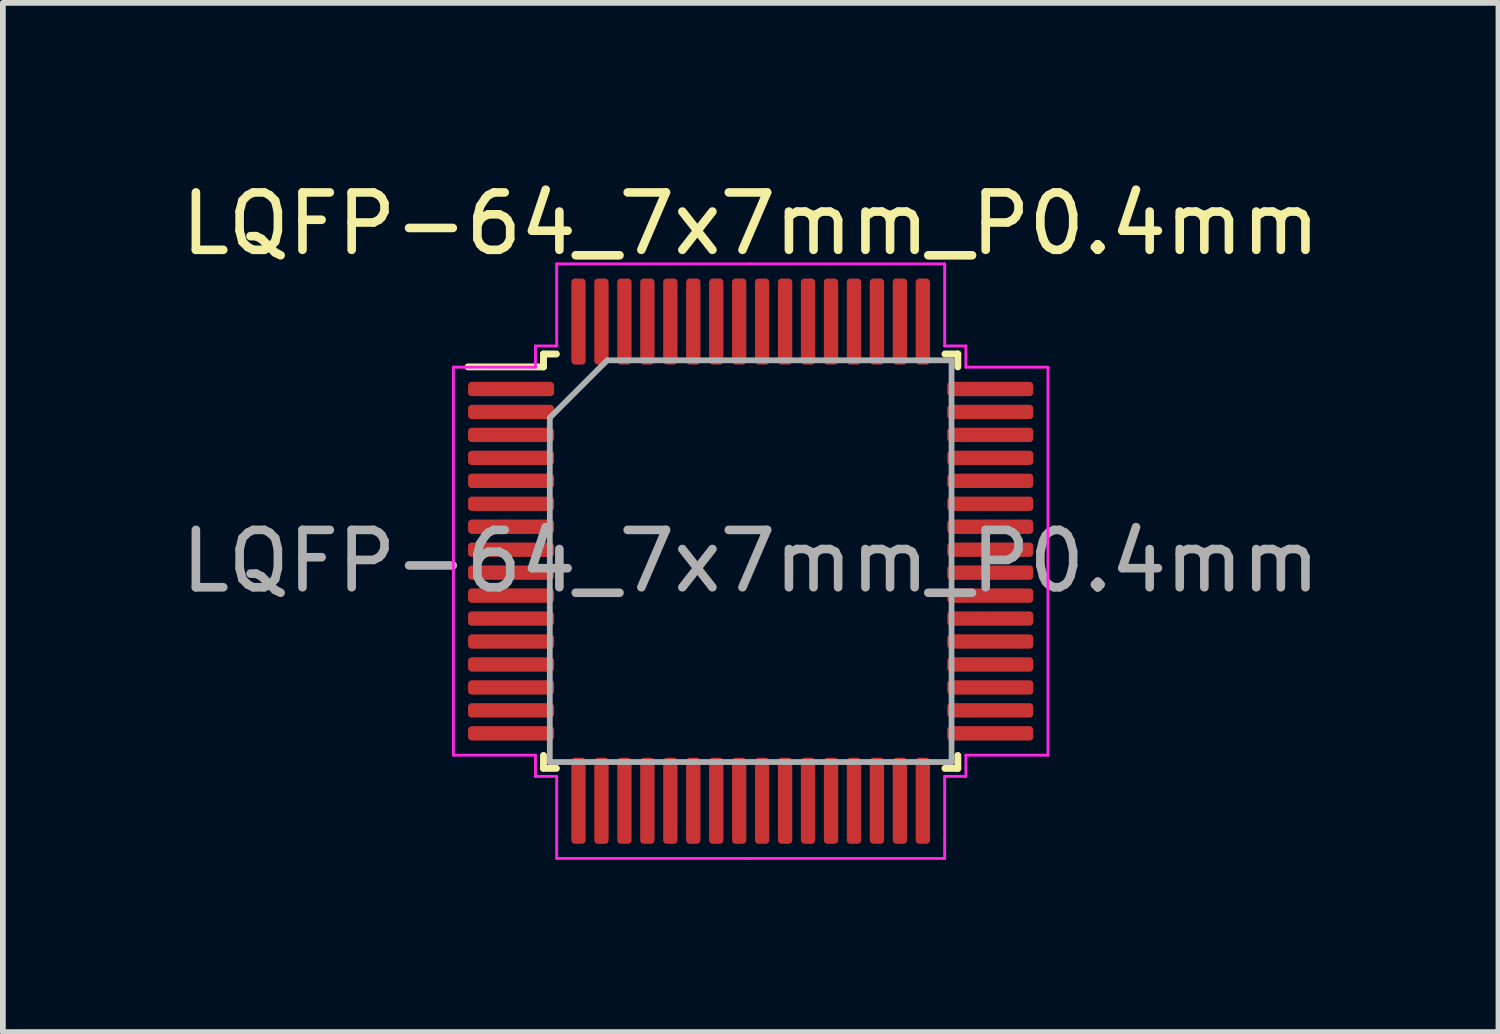
<source format=kicad_pcb>
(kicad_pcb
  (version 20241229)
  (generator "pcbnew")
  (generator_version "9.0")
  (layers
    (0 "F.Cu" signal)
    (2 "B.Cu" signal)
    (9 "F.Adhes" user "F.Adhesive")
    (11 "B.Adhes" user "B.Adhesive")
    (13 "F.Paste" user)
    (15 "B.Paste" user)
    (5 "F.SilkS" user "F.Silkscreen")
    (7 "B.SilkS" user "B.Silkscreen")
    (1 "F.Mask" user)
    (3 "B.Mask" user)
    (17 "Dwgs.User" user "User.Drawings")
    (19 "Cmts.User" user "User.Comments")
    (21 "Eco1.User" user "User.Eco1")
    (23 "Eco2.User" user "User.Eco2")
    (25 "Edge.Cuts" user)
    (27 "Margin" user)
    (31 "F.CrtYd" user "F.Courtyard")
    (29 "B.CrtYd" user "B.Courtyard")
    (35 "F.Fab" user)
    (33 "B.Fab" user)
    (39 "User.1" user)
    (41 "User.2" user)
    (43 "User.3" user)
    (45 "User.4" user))
  (footprint "LQFP-64_7x7mm_P0.4mm"
    (layer "F.Cu")
    (at 10.03 6.728)
    (property "Reference" "LQFP-64_7x7mm_P0.4mm" (at 0 -5.88 0) (layer "F.SilkS") (effects (font (size 1 1) (thickness 0.15))))
    (attr smd)
    (fp_line (start -3.61 -3.61) (end -3.61 -3.385) (stroke (width 0.12) (type solid)) (layer "F.SilkS"))
    (fp_line (start -3.61 -3.385) (end -4.925 -3.385) (stroke (width 0.12) (type solid)) (layer "F.SilkS"))
    (fp_line (start -3.61 3.61) (end -3.61 3.385) (stroke (width 0.12) (type solid)) (layer "F.SilkS"))
    (fp_line (start -3.385 -3.61) (end -3.61 -3.61) (stroke (width 0.12) (type solid)) (layer "F.SilkS"))
    (fp_line (start -3.385 3.61) (end -3.61 3.61) (stroke (width 0.12) (type solid)) (layer "F.SilkS"))
    (fp_line (start 3.385 -3.61) (end 3.61 -3.61) (stroke (width 0.12) (type solid)) (layer "F.SilkS"))
    (fp_line (start 3.385 3.61) (end 3.61 3.61) (stroke (width 0.12) (type solid)) (layer "F.SilkS"))
    (fp_line (start 3.61 -3.61) (end 3.61 -3.385) (stroke (width 0.12) (type solid)) (layer "F.SilkS"))
    (fp_line (start 3.61 3.61) (end 3.61 3.385) (stroke (width 0.12) (type solid)) (layer "F.SilkS"))
    (fp_line (start -5.18 -3.38) (end -5.18 0) (stroke (width 0.05) (type solid)) (layer "F.CrtYd"))
    (fp_line (start -5.18 3.38) (end -5.18 0) (stroke (width 0.05) (type solid)) (layer "F.CrtYd"))
    (fp_line (start -3.75 -3.75) (end -3.75 -3.38) (stroke (width 0.05) (type solid)) (layer "F.CrtYd"))
    (fp_line (start -3.75 -3.38) (end -5.18 -3.38) (stroke (width 0.05) (type solid)) (layer "F.CrtYd"))
    (fp_line (start -3.75 3.38) (end -5.18 3.38) (stroke (width 0.05) (type solid)) (layer "F.CrtYd"))
    (fp_line (start -3.75 3.75) (end -3.75 3.38) (stroke (width 0.05) (type solid)) (layer "F.CrtYd"))
    (fp_line (start -3.38 -5.18) (end -3.38 -3.75) (stroke (width 0.05) (type solid)) (layer "F.CrtYd"))
    (fp_line (start -3.38 -3.75) (end -3.75 -3.75) (stroke (width 0.05) (type solid)) (layer "F.CrtYd"))
    (fp_line (start -3.38 3.75) (end -3.75 3.75) (stroke (width 0.05) (type solid)) (layer "F.CrtYd"))
    (fp_line (start -3.38 5.18) (end -3.38 3.75) (stroke (width 0.05) (type solid)) (layer "F.CrtYd"))
    (fp_line (start 0 -5.18) (end -3.38 -5.18) (stroke (width 0.05) (type solid)) (layer "F.CrtYd"))
    (fp_line (start 0 -5.18) (end 3.38 -5.18) (stroke (width 0.05) (type solid)) (layer "F.CrtYd"))
    (fp_line (start 0 5.18) (end -3.38 5.18) (stroke (width 0.05) (type solid)) (layer "F.CrtYd"))
    (fp_line (start 0 5.18) (end 3.38 5.18) (stroke (width 0.05) (type solid)) (layer "F.CrtYd"))
    (fp_line (start 3.38 -5.18) (end 3.38 -3.75) (stroke (width 0.05) (type solid)) (layer "F.CrtYd"))
    (fp_line (start 3.38 -3.75) (end 3.75 -3.75) (stroke (width 0.05) (type solid)) (layer "F.CrtYd"))
    (fp_line (start 3.38 3.75) (end 3.75 3.75) (stroke (width 0.05) (type solid)) (layer "F.CrtYd"))
    (fp_line (start 3.38 5.18) (end 3.38 3.75) (stroke (width 0.05) (type solid)) (layer "F.CrtYd"))
    (fp_line (start 3.75 -3.75) (end 3.75 -3.38) (stroke (width 0.05) (type solid)) (layer "F.CrtYd"))
    (fp_line (start 3.75 -3.38) (end 5.18 -3.38) (stroke (width 0.05) (type solid)) (layer "F.CrtYd"))
    (fp_line (start 3.75 3.38) (end 5.18 3.38) (stroke (width 0.05) (type solid)) (layer "F.CrtYd"))
    (fp_line (start 3.75 3.75) (end 3.75 3.38) (stroke (width 0.05) (type solid)) (layer "F.CrtYd"))
    (fp_line (start 5.18 -3.38) (end 5.18 0) (stroke (width 0.05) (type solid)) (layer "F.CrtYd"))
    (fp_line (start 5.18 3.38) (end 5.18 0) (stroke (width 0.05) (type solid)) (layer "F.CrtYd"))
    (fp_line (start -3.5 -2.5) (end -2.5 -3.5) (stroke (width 0.1) (type solid)) (layer "F.Fab"))
    (fp_line (start -3.5 3.5) (end -3.5 -2.5) (stroke (width 0.1) (type solid)) (layer "F.Fab"))
    (fp_line (start -2.5 -3.5) (end 3.5 -3.5) (stroke (width 0.1) (type solid)) (layer "F.Fab"))
    (fp_line (start 3.5 -3.5) (end 3.5 3.5) (stroke (width 0.1) (type solid)) (layer "F.Fab"))
    (fp_line (start 3.5 3.5) (end -3.5 3.5) (stroke (width 0.1) (type solid)) (layer "F.Fab"))
    (fp_text user "${REFERENCE}" (at 0 0 0) (layer "F.Fab") (effects (font (size 1 1) (thickness 0.15))))
    (pad "1" smd roundrect (at -4.175 -3) (size 1.5 0.25) (layers "F.Cu" "F.Mask" "F.Paste") (roundrect_rratio 0.25))
    (pad "2" smd roundrect (at -4.175 -2.6) (size 1.5 0.25) (layers "F.Cu" "F.Mask" "F.Paste") (roundrect_rratio 0.25))
    (pad "3" smd roundrect (at -4.175 -2.2) (size 1.5 0.25) (layers "F.Cu" "F.Mask" "F.Paste") (roundrect_rratio 0.25))
    (pad "4" smd roundrect (at -4.175 -1.8) (size 1.5 0.25) (layers "F.Cu" "F.Mask" "F.Paste") (roundrect_rratio 0.25))
    (pad "5" smd roundrect (at -4.175 -1.4) (size 1.5 0.25) (layers "F.Cu" "F.Mask" "F.Paste") (roundrect_rratio 0.25))
    (pad "6" smd roundrect (at -4.175 -1) (size 1.5 0.25) (layers "F.Cu" "F.Mask" "F.Paste") (roundrect_rratio 0.25))
    (pad "7" smd roundrect (at -4.175 -0.6) (size 1.5 0.25) (layers "F.Cu" "F.Mask" "F.Paste") (roundrect_rratio 0.25))
    (pad "8" smd roundrect (at -4.175 -0.2) (size 1.5 0.25) (layers "F.Cu" "F.Mask" "F.Paste") (roundrect_rratio 0.25))
    (pad "9" smd roundrect (at -4.175 0.2) (size 1.5 0.25) (layers "F.Cu" "F.Mask" "F.Paste") (roundrect_rratio 0.25))
    (pad "10" smd roundrect (at -4.175 0.6) (size 1.5 0.25) (layers "F.Cu" "F.Mask" "F.Paste") (roundrect_rratio 0.25))
    (pad "11" smd roundrect (at -4.175 1) (size 1.5 0.25) (layers "F.Cu" "F.Mask" "F.Paste") (roundrect_rratio 0.25))
    (pad "12" smd roundrect (at -4.175 1.4) (size 1.5 0.25) (layers "F.Cu" "F.Mask" "F.Paste") (roundrect_rratio 0.25))
    (pad "13" smd roundrect (at -4.175 1.8) (size 1.5 0.25) (layers "F.Cu" "F.Mask" "F.Paste") (roundrect_rratio 0.25))
    (pad "14" smd roundrect (at -4.175 2.2) (size 1.5 0.25) (layers "F.Cu" "F.Mask" "F.Paste") (roundrect_rratio 0.25))
    (pad "15" smd roundrect (at -4.175 2.6) (size 1.5 0.25) (layers "F.Cu" "F.Mask" "F.Paste") (roundrect_rratio 0.25))
    (pad "16" smd roundrect (at -4.175 3) (size 1.5 0.25) (layers "F.Cu" "F.Mask" "F.Paste") (roundrect_rratio 0.25))
    (pad "17" smd roundrect (at -3 4.175) (size 0.25 1.5) (layers "F.Cu" "F.Mask" "F.Paste") (roundrect_rratio 0.25))
    (pad "18" smd roundrect (at -2.6 4.175) (size 0.25 1.5) (layers "F.Cu" "F.Mask" "F.Paste") (roundrect_rratio 0.25))
    (pad "19" smd roundrect (at -2.2 4.175) (size 0.25 1.5) (layers "F.Cu" "F.Mask" "F.Paste") (roundrect_rratio 0.25))
    (pad "20" smd roundrect (at -1.8 4.175) (size 0.25 1.5) (layers "F.Cu" "F.Mask" "F.Paste") (roundrect_rratio 0.25))
    (pad "21" smd roundrect (at -1.4 4.175) (size 0.25 1.5) (layers "F.Cu" "F.Mask" "F.Paste") (roundrect_rratio 0.25))
    (pad "22" smd roundrect (at -1 4.175) (size 0.25 1.5) (layers "F.Cu" "F.Mask" "F.Paste") (roundrect_rratio 0.25))
    (pad "23" smd roundrect (at -0.6 4.175) (size 0.25 1.5) (layers "F.Cu" "F.Mask" "F.Paste") (roundrect_rratio 0.25))
    (pad "24" smd roundrect (at -0.2 4.175) (size 0.25 1.5) (layers "F.Cu" "F.Mask" "F.Paste") (roundrect_rratio 0.25))
    (pad "25" smd roundrect (at 0.2 4.175) (size 0.25 1.5) (layers "F.Cu" "F.Mask" "F.Paste") (roundrect_rratio 0.25))
    (pad "26" smd roundrect (at 0.6 4.175) (size 0.25 1.5) (layers "F.Cu" "F.Mask" "F.Paste") (roundrect_rratio 0.25))
    (pad "27" smd roundrect (at 1 4.175) (size 0.25 1.5) (layers "F.Cu" "F.Mask" "F.Paste") (roundrect_rratio 0.25))
    (pad "28" smd roundrect (at 1.4 4.175) (size 0.25 1.5) (layers "F.Cu" "F.Mask" "F.Paste") (roundrect_rratio 0.25))
    (pad "29" smd roundrect (at 1.8 4.175) (size 0.25 1.5) (layers "F.Cu" "F.Mask" "F.Paste") (roundrect_rratio 0.25))
    (pad "30" smd roundrect (at 2.2 4.175) (size 0.25 1.5) (layers "F.Cu" "F.Mask" "F.Paste") (roundrect_rratio 0.25))
    (pad "31" smd roundrect (at 2.6 4.175) (size 0.25 1.5) (layers "F.Cu" "F.Mask" "F.Paste") (roundrect_rratio 0.25))
    (pad "32" smd roundrect (at 3 4.175) (size 0.25 1.5) (layers "F.Cu" "F.Mask" "F.Paste") (roundrect_rratio 0.25))
    (pad "33" smd roundrect (at 4.175 3) (size 1.5 0.25) (layers "F.Cu" "F.Mask" "F.Paste") (roundrect_rratio 0.25))
    (pad "34" smd roundrect (at 4.175 2.6) (size 1.5 0.25) (layers "F.Cu" "F.Mask" "F.Paste") (roundrect_rratio 0.25))
    (pad "35" smd roundrect (at 4.175 2.2) (size 1.5 0.25) (layers "F.Cu" "F.Mask" "F.Paste") (roundrect_rratio 0.25))
    (pad "36" smd roundrect (at 4.175 1.8) (size 1.5 0.25) (layers "F.Cu" "F.Mask" "F.Paste") (roundrect_rratio 0.25))
    (pad "37" smd roundrect (at 4.175 1.4) (size 1.5 0.25) (layers "F.Cu" "F.Mask" "F.Paste") (roundrect_rratio 0.25))
    (pad "38" smd roundrect (at 4.175 1) (size 1.5 0.25) (layers "F.Cu" "F.Mask" "F.Paste") (roundrect_rratio 0.25))
    (pad "39" smd roundrect (at 4.175 0.6) (size 1.5 0.25) (layers "F.Cu" "F.Mask" "F.Paste") (roundrect_rratio 0.25))
    (pad "40" smd roundrect (at 4.175 0.2) (size 1.5 0.25) (layers "F.Cu" "F.Mask" "F.Paste") (roundrect_rratio 0.25))
    (pad "41" smd roundrect (at 4.175 -0.2) (size 1.5 0.25) (layers "F.Cu" "F.Mask" "F.Paste") (roundrect_rratio 0.25))
    (pad "42" smd roundrect (at 4.175 -0.6) (size 1.5 0.25) (layers "F.Cu" "F.Mask" "F.Paste") (roundrect_rratio 0.25))
    (pad "43" smd roundrect (at 4.175 -1) (size 1.5 0.25) (layers "F.Cu" "F.Mask" "F.Paste") (roundrect_rratio 0.25))
    (pad "44" smd roundrect (at 4.175 -1.4) (size 1.5 0.25) (layers "F.Cu" "F.Mask" "F.Paste") (roundrect_rratio 0.25))
    (pad "45" smd roundrect (at 4.175 -1.8) (size 1.5 0.25) (layers "F.Cu" "F.Mask" "F.Paste") (roundrect_rratio 0.25))
    (pad "46" smd roundrect (at 4.175 -2.2) (size 1.5 0.25) (layers "F.Cu" "F.Mask" "F.Paste") (roundrect_rratio 0.25))
    (pad "47" smd roundrect (at 4.175 -2.6) (size 1.5 0.25) (layers "F.Cu" "F.Mask" "F.Paste") (roundrect_rratio 0.25))
    (pad "48" smd roundrect (at 4.175 -3) (size 1.5 0.25) (layers "F.Cu" "F.Mask" "F.Paste") (roundrect_rratio 0.25))
    (pad "49" smd roundrect (at 3 -4.175) (size 0.25 1.5) (layers "F.Cu" "F.Mask" "F.Paste") (roundrect_rratio 0.25))
    (pad "50" smd roundrect (at 2.6 -4.175) (size 0.25 1.5) (layers "F.Cu" "F.Mask" "F.Paste") (roundrect_rratio 0.25))
    (pad "51" smd roundrect (at 2.2 -4.175) (size 0.25 1.5) (layers "F.Cu" "F.Mask" "F.Paste") (roundrect_rratio 0.25))
    (pad "52" smd roundrect (at 1.8 -4.175) (size 0.25 1.5) (layers "F.Cu" "F.Mask" "F.Paste") (roundrect_rratio 0.25))
    (pad "53" smd roundrect (at 1.4 -4.175) (size 0.25 1.5) (layers "F.Cu" "F.Mask" "F.Paste") (roundrect_rratio 0.25))
    (pad "54" smd roundrect (at 1 -4.175) (size 0.25 1.5) (layers "F.Cu" "F.Mask" "F.Paste") (roundrect_rratio 0.25))
    (pad "55" smd roundrect (at 0.6 -4.175) (size 0.25 1.5) (layers "F.Cu" "F.Mask" "F.Paste") (roundrect_rratio 0.25))
    (pad "56" smd roundrect (at 0.2 -4.175) (size 0.25 1.5) (layers "F.Cu" "F.Mask" "F.Paste") (roundrect_rratio 0.25))
    (pad "57" smd roundrect (at -0.2 -4.175) (size 0.25 1.5) (layers "F.Cu" "F.Mask" "F.Paste") (roundrect_rratio 0.25))
    (pad "58" smd roundrect (at -0.6 -4.175) (size 0.25 1.5) (layers "F.Cu" "F.Mask" "F.Paste") (roundrect_rratio 0.25))
    (pad "59" smd roundrect (at -1 -4.175) (size 0.25 1.5) (layers "F.Cu" "F.Mask" "F.Paste") (roundrect_rratio 0.25))
    (pad "60" smd roundrect (at -1.4 -4.175) (size 0.25 1.5) (layers "F.Cu" "F.Mask" "F.Paste") (roundrect_rratio 0.25))
    (pad "61" smd roundrect (at -1.8 -4.175) (size 0.25 1.5) (layers "F.Cu" "F.Mask" "F.Paste") (roundrect_rratio 0.25))
    (pad "62" smd roundrect (at -2.2 -4.175) (size 0.25 1.5) (layers "F.Cu" "F.Mask" "F.Paste") (roundrect_rratio 0.25))
    (pad "63" smd roundrect (at -2.6 -4.175) (size 0.25 1.5) (layers "F.Cu" "F.Mask" "F.Paste") (roundrect_rratio 0.25))
    (pad "64" smd roundrect (at -3 -4.175) (size 0.25 1.5) (layers "F.Cu" "F.Mask" "F.Paste") (roundrect_rratio 0.25)))
  (gr_rect
    (start -3 -3)
    (end 23.06 14.933)
    (stroke (width 0.1) (type default))
    (fill no)
    (layer "Edge.Cuts")))
</source>
